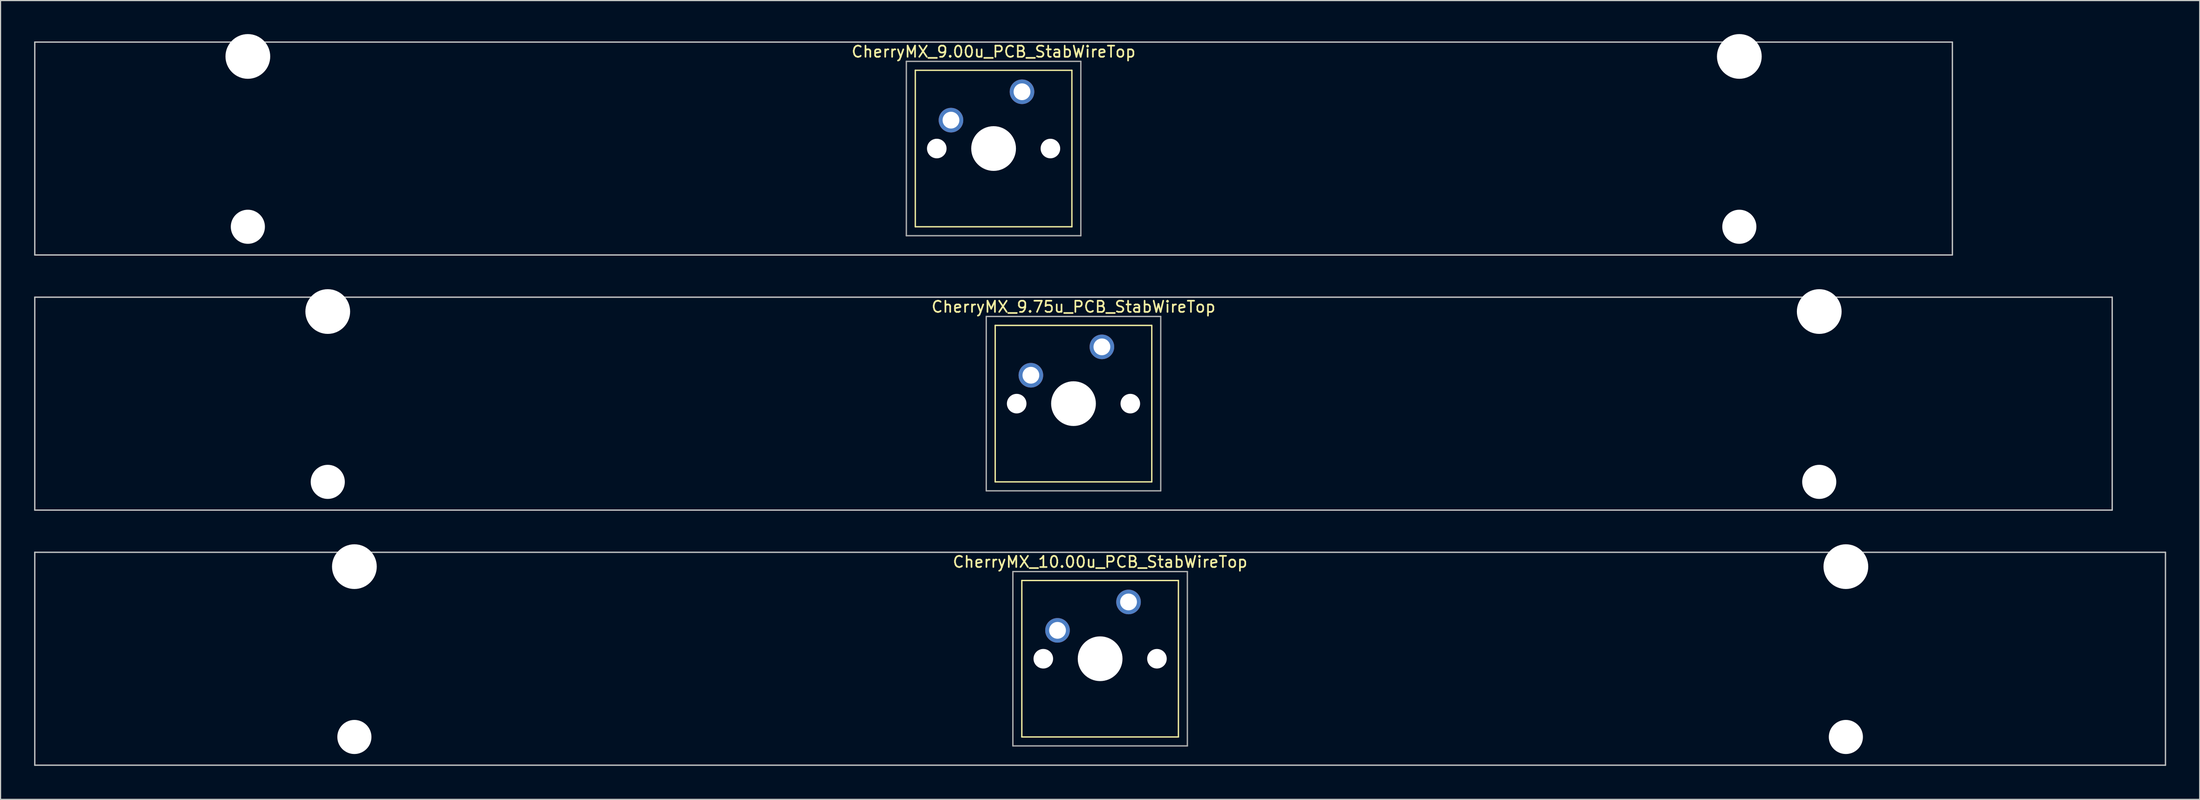
<source format=kicad_pcb>
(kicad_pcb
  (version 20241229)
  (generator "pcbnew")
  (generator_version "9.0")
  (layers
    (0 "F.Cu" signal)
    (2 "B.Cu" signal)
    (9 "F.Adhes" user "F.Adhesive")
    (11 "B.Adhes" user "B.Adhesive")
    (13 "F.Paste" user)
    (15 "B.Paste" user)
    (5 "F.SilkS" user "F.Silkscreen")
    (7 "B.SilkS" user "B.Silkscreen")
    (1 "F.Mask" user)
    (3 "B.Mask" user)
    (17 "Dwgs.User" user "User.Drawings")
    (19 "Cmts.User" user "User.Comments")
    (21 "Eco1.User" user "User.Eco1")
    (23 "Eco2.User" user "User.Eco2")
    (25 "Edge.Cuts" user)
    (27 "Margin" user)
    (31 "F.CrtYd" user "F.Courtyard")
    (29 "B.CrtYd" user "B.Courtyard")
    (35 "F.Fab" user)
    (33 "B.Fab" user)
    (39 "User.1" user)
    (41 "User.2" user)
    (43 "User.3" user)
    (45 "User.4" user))
  (footprint "CherryMX_9.00u_PCB_StabWireTop"
    (layer "F.Cu")
    (at 85.785 10.24)
    (property "Reference" "CherryMX_9.00u_PCB_StabWireTop" (at 0 -8.662 0) (layer "F.SilkS") (effects (font (size 1 1) (thickness 0.15))))
    (attr through_hole)
    (fp_line (start -7 -7) (end -7 7) (stroke (width 0.12) (type solid)) (layer "F.SilkS"))
    (fp_line (start -7 -7) (end 7 -7) (stroke (width 0.12) (type solid)) (layer "F.SilkS"))
    (fp_line (start 7 -7) (end 7 7) (stroke (width 0.12) (type solid)) (layer "F.SilkS"))
    (fp_line (start 7 7) (end -7 7) (stroke (width 0.12) (type solid)) (layer "F.SilkS"))
    (fp_line (start -85.725 -9.525) (end 85.725 -9.525) (stroke (width 0.12) (type solid)) (layer "Dwgs.User"))
    (fp_line (start -85.725 9.525) (end -85.725 -9.525) (stroke (width 0.12) (type solid)) (layer "Dwgs.User"))
    (fp_line (start 85.725 -9.525) (end 85.725 9.525) (stroke (width 0.12) (type solid)) (layer "Dwgs.User"))
    (fp_line (start 85.725 9.525) (end -85.725 9.525) (stroke (width 0.12) (type solid)) (layer "Dwgs.User"))
    (fp_line (start -7.8 -7.8) (end -7.8 7.8) (stroke (width 0.12) (type solid)) (layer "F.Fab"))
    (fp_line (start -7.8 -7.8) (end 7.8 -7.8) (stroke (width 0.12) (type solid)) (layer "F.Fab"))
    (fp_line (start -7.8 7.8) (end 7.8 7.8) (stroke (width 0.12) (type solid)) (layer "F.Fab"))
    (fp_line (start 7.8 -7.8) (end 7.8 7.8) (stroke (width 0.12) (type solid)) (layer "F.Fab"))
    (pad "" np_thru_hole circle (at -66.675 -8.24) (size 4 4) (drill 4) (layers "*.Cu" "*.Mask"))
    (pad "" np_thru_hole circle (at -66.675 7) (size 3.05 3.05) (drill 3.05) (layers "*.Cu" "*.Mask"))
    (pad "" np_thru_hole circle (at -5.08 0) (size 1.75 1.75) (drill 1.75) (layers "*.Cu" "*.Mask"))
    (pad "" np_thru_hole circle (at 0 0) (size 4 4) (drill 4) (layers "*.Cu" "*.Mask"))
    (pad "" np_thru_hole circle (at 5.08 0) (size 1.75 1.75) (drill 1.75) (layers "*.Cu" "*.Mask"))
    (pad "" np_thru_hole circle (at 66.675 -8.24) (size 4 4) (drill 4) (layers "*.Cu" "*.Mask"))
    (pad "" np_thru_hole circle (at 66.675 7) (size 3.05 3.05) (drill 3.05) (layers "*.Cu" "*.Mask"))
    (pad "1" thru_hole circle (at -3.81 -2.54) (size 2.2 2.2) (drill 1.5) (layers "*.Cu" "*.Mask"))
    (pad "2" thru_hole circle (at 2.54 -5.08) (size 2.2 2.2) (drill 1.5) (layers "*.Cu" "*.Mask")))
  (footprint "CherryMX_10.00u_PCB_StabWireTop"
    (layer "F.Cu")
    (at 95.31 55.89)
    (property "Reference" "CherryMX_10.00u_PCB_StabWireTop" (at 0 -8.662 0) (layer "F.SilkS") (effects (font (size 1 1) (thickness 0.15))))
    (attr through_hole)
    (fp_line (start -7 -7) (end -7 7) (stroke (width 0.12) (type solid)) (layer "F.SilkS"))
    (fp_line (start -7 -7) (end 7 -7) (stroke (width 0.12) (type solid)) (layer "F.SilkS"))
    (fp_line (start 7 -7) (end 7 7) (stroke (width 0.12) (type solid)) (layer "F.SilkS"))
    (fp_line (start 7 7) (end -7 7) (stroke (width 0.12) (type solid)) (layer "F.SilkS"))
    (fp_line (start -95.25 -9.525) (end 95.25 -9.525) (stroke (width 0.12) (type solid)) (layer "Dwgs.User"))
    (fp_line (start -95.25 9.525) (end -95.25 -9.525) (stroke (width 0.12) (type solid)) (layer "Dwgs.User"))
    (fp_line (start 95.25 -9.525) (end 95.25 9.525) (stroke (width 0.12) (type solid)) (layer "Dwgs.User"))
    (fp_line (start 95.25 9.525) (end -95.25 9.525) (stroke (width 0.12) (type solid)) (layer "Dwgs.User"))
    (fp_line (start -7.8 -7.8) (end -7.8 7.8) (stroke (width 0.12) (type solid)) (layer "F.Fab"))
    (fp_line (start -7.8 -7.8) (end 7.8 -7.8) (stroke (width 0.12) (type solid)) (layer "F.Fab"))
    (fp_line (start -7.8 7.8) (end 7.8 7.8) (stroke (width 0.12) (type solid)) (layer "F.Fab"))
    (fp_line (start 7.8 -7.8) (end 7.8 7.8) (stroke (width 0.12) (type solid)) (layer "F.Fab"))
    (pad "" np_thru_hole circle (at -66.675 -8.24) (size 4 4) (drill 4) (layers "*.Cu" "*.Mask"))
    (pad "" np_thru_hole circle (at -66.675 7) (size 3.05 3.05) (drill 3.05) (layers "*.Cu" "*.Mask"))
    (pad "" np_thru_hole circle (at -5.08 0) (size 1.75 1.75) (drill 1.75) (layers "*.Cu" "*.Mask"))
    (pad "" np_thru_hole circle (at 0 0) (size 4 4) (drill 4) (layers "*.Cu" "*.Mask"))
    (pad "" np_thru_hole circle (at 5.08 0) (size 1.75 1.75) (drill 1.75) (layers "*.Cu" "*.Mask"))
    (pad "" np_thru_hole circle (at 66.675 -8.24) (size 4 4) (drill 4) (layers "*.Cu" "*.Mask"))
    (pad "" np_thru_hole circle (at 66.675 7) (size 3.05 3.05) (drill 3.05) (layers "*.Cu" "*.Mask"))
    (pad "1" thru_hole circle (at -3.81 -2.54) (size 2.2 2.2) (drill 1.5) (layers "*.Cu" "*.Mask"))
    (pad "2" thru_hole circle (at 2.54 -5.08) (size 2.2 2.2) (drill 1.5) (layers "*.Cu" "*.Mask")))
  (footprint "CherryMX_9.75u_PCB_StabWireTop"
    (layer "F.Cu")
    (at 92.929 33.065)
    (property "Reference" "CherryMX_9.75u_PCB_StabWireTop" (at 0 -8.662 0) (layer "F.SilkS") (effects (font (size 1 1) (thickness 0.15))))
    (attr through_hole)
    (fp_line (start -7 -7) (end -7 7) (stroke (width 0.12) (type solid)) (layer "F.SilkS"))
    (fp_line (start -7 -7) (end 7 -7) (stroke (width 0.12) (type solid)) (layer "F.SilkS"))
    (fp_line (start 7 -7) (end 7 7) (stroke (width 0.12) (type solid)) (layer "F.SilkS"))
    (fp_line (start 7 7) (end -7 7) (stroke (width 0.12) (type solid)) (layer "F.SilkS"))
    (fp_line (start -92.869 -9.525) (end 92.869 -9.525) (stroke (width 0.12) (type solid)) (layer "Dwgs.User"))
    (fp_line (start -92.869 9.525) (end -92.869 -9.525) (stroke (width 0.12) (type solid)) (layer "Dwgs.User"))
    (fp_line (start 92.869 -9.525) (end 92.869 9.525) (stroke (width 0.12) (type solid)) (layer "Dwgs.User"))
    (fp_line (start 92.869 9.525) (end -92.869 9.525) (stroke (width 0.12) (type solid)) (layer "Dwgs.User"))
    (fp_line (start -7.8 -7.8) (end -7.8 7.8) (stroke (width 0.12) (type solid)) (layer "F.Fab"))
    (fp_line (start -7.8 -7.8) (end 7.8 -7.8) (stroke (width 0.12) (type solid)) (layer "F.Fab"))
    (fp_line (start -7.8 7.8) (end 7.8 7.8) (stroke (width 0.12) (type solid)) (layer "F.Fab"))
    (fp_line (start 7.8 -7.8) (end 7.8 7.8) (stroke (width 0.12) (type solid)) (layer "F.Fab"))
    (pad "" np_thru_hole circle (at -66.675 -8.24) (size 4 4) (drill 4) (layers "*.Cu" "*.Mask"))
    (pad "" np_thru_hole circle (at -66.675 7) (size 3.05 3.05) (drill 3.05) (layers "*.Cu" "*.Mask"))
    (pad "" np_thru_hole circle (at -5.08 0) (size 1.75 1.75) (drill 1.75) (layers "*.Cu" "*.Mask"))
    (pad "" np_thru_hole circle (at 0 0) (size 4 4) (drill 4) (layers "*.Cu" "*.Mask"))
    (pad "" np_thru_hole circle (at 5.08 0) (size 1.75 1.75) (drill 1.75) (layers "*.Cu" "*.Mask"))
    (pad "" np_thru_hole circle (at 66.675 -8.24) (size 4 4) (drill 4) (layers "*.Cu" "*.Mask"))
    (pad "" np_thru_hole circle (at 66.675 7) (size 3.05 3.05) (drill 3.05) (layers "*.Cu" "*.Mask"))
    (pad "1" thru_hole circle (at -3.81 -2.54) (size 2.2 2.2) (drill 1.5) (layers "*.Cu" "*.Mask"))
    (pad "2" thru_hole circle (at 2.54 -5.08) (size 2.2 2.2) (drill 1.5) (layers "*.Cu" "*.Mask")))
  (gr_rect
    (start -3 -3)
    (end 193.62 68.475)
    (stroke (width 0.1) (type default))
    (fill no)
    (layer "Edge.Cuts")))
</source>
